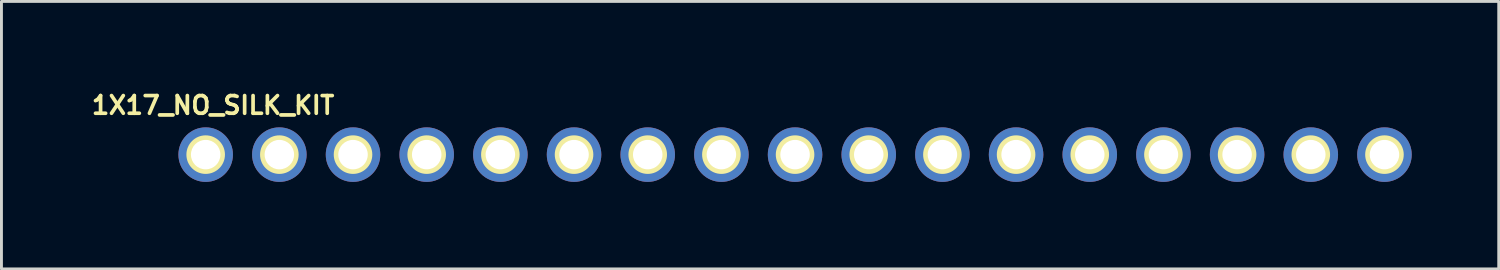
<source format=kicad_pcb>
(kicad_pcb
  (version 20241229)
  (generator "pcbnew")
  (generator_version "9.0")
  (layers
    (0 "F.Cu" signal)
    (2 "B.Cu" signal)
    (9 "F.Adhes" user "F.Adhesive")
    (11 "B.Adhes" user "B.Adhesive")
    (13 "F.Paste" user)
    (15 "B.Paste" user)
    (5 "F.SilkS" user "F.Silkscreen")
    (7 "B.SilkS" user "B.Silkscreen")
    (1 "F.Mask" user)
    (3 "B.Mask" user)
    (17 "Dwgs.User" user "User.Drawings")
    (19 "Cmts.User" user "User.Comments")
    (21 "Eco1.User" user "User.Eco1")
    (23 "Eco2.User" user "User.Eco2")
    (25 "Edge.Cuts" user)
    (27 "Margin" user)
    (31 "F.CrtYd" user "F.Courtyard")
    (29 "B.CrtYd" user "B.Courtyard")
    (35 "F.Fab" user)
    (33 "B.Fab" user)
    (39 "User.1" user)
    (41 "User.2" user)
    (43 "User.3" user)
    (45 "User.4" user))
  (footprint "1X17_NO_SILK_KIT"
    (layer "F.Cu")
    (at 4.041 2.281)
    (property "Reference" "1X17_NO_SILK_KIT" (at 0.254 -1.702 0) (layer "F.SilkS") (effects (font (size 0.61 0.61) (thickness 0.127))))
    (attr exclude_from_pos_files exclude_from_bom)
    (fp_circle (center 0 0) (end -0.47 0.47) (stroke (width 0) (type solid)) (fill yes) (layer "F.SilkS"))
    (fp_circle (center 0 0) (end -0.254 0.254) (stroke (width 0) (type solid)) (fill yes) (layer "F.SilkS"))
    (fp_circle (center 2.54 0) (end 2.794 0.254) (stroke (width 0) (type solid)) (fill yes) (layer "F.SilkS"))
    (fp_circle (center 2.54 0) (end 3.01 0.47) (stroke (width 0) (type solid)) (fill yes) (layer "F.SilkS"))
    (fp_circle (center 5.08 0) (end 5.334 0.254) (stroke (width 0) (type solid)) (fill yes) (layer "F.SilkS"))
    (fp_circle (center 5.08 0) (end 5.55 0.47) (stroke (width 0) (type solid)) (fill yes) (layer "F.SilkS"))
    (fp_circle (center 7.62 0) (end 7.874 0.254) (stroke (width 0) (type solid)) (fill yes) (layer "F.SilkS"))
    (fp_circle (center 7.62 0) (end 8.09 0.47) (stroke (width 0) (type solid)) (fill yes) (layer "F.SilkS"))
    (fp_circle (center 10.16 0) (end 10.414 0.254) (stroke (width 0) (type solid)) (fill yes) (layer "F.SilkS"))
    (fp_circle (center 10.16 0) (end 10.63 0.47) (stroke (width 0) (type solid)) (fill yes) (layer "F.SilkS"))
    (fp_circle (center 12.7 0) (end 12.954 0.254) (stroke (width 0) (type solid)) (fill yes) (layer "F.SilkS"))
    (fp_circle (center 12.7 0) (end 13.17 0.47) (stroke (width 0) (type solid)) (fill yes) (layer "F.SilkS"))
    (fp_circle (center 15.24 0) (end 15.494 0.254) (stroke (width 0) (type solid)) (fill yes) (layer "F.SilkS"))
    (fp_circle (center 15.24 0) (end 15.71 0.47) (stroke (width 0) (type solid)) (fill yes) (layer "F.SilkS"))
    (fp_circle (center 17.78 0) (end 18.034 0.254) (stroke (width 0) (type solid)) (fill yes) (layer "F.SilkS"))
    (fp_circle (center 17.78 0) (end 18.25 0.47) (stroke (width 0) (type solid)) (fill yes) (layer "F.SilkS"))
    (fp_circle (center 20.32 0) (end 20.574 0.254) (stroke (width 0) (type solid)) (fill yes) (layer "F.SilkS"))
    (fp_circle (center 20.32 0) (end 20.79 0.47) (stroke (width 0) (type solid)) (fill yes) (layer "F.SilkS"))
    (fp_circle (center 22.86 0) (end 23.114 0.254) (stroke (width 0) (type solid)) (fill yes) (layer "F.SilkS"))
    (fp_circle (center 22.86 0) (end 23.33 0.47) (stroke (width 0) (type solid)) (fill yes) (layer "F.SilkS"))
    (fp_circle (center 25.4 0) (end 25.654 0.254) (stroke (width 0) (type solid)) (fill yes) (layer "F.SilkS"))
    (fp_circle (center 25.4 0) (end 25.87 0.47) (stroke (width 0) (type solid)) (fill yes) (layer "F.SilkS"))
    (fp_circle (center 27.94 0) (end 28.194 0.254) (stroke (width 0) (type solid)) (fill yes) (layer "F.SilkS"))
    (fp_circle (center 27.94 0) (end 28.41 0.47) (stroke (width 0) (type solid)) (fill yes) (layer "F.SilkS"))
    (fp_circle (center 30.48 0) (end 30.734 0.254) (stroke (width 0) (type solid)) (fill yes) (layer "F.SilkS"))
    (fp_circle (center 30.48 0) (end 30.95 0.47) (stroke (width 0) (type solid)) (fill yes) (layer "F.SilkS"))
    (fp_circle (center 33.02 0) (end 33.274 0.254) (stroke (width 0) (type solid)) (fill yes) (layer "F.SilkS"))
    (fp_circle (center 33.02 0) (end 33.49 0.47) (stroke (width 0) (type solid)) (fill yes) (layer "F.SilkS"))
    (fp_circle (center 35.56 0) (end 35.814 0.254) (stroke (width 0) (type solid)) (fill yes) (layer "F.SilkS"))
    (fp_circle (center 35.56 0) (end 36.03 0.47) (stroke (width 0) (type solid)) (fill yes) (layer "F.SilkS"))
    (fp_circle (center 38.1 0) (end 38.354 0.254) (stroke (width 0) (type solid)) (fill yes) (layer "F.SilkS"))
    (fp_circle (center 38.1 0) (end 38.57 0.47) (stroke (width 0) (type solid)) (fill yes) (layer "F.SilkS"))
    (fp_circle (center 40.64 0) (end 40.894 0.254) (stroke (width 0) (type solid)) (fill yes) (layer "F.SilkS"))
    (fp_circle (center 40.64 0) (end 41.11 0.47) (stroke (width 0) (type solid)) (fill yes) (layer "F.SilkS"))
    (pad "1" thru_hole circle (at 0 0) (size 1.88 1.88) (drill 1.016) (layers "*.Cu" "*.Paste" "*.Mask"))
    (pad "2" thru_hole circle (at 2.54 0) (size 1.88 1.88) (drill 1.016) (layers "*.Cu" "*.Paste" "*.Mask"))
    (pad "3" thru_hole circle (at 5.08 0) (size 1.88 1.88) (drill 1.016) (layers "*.Cu" "*.Paste" "*.Mask"))
    (pad "4" thru_hole circle (at 7.62 0) (size 1.88 1.88) (drill 1.016) (layers "*.Cu" "*.Paste" "*.Mask"))
    (pad "5" thru_hole circle (at 10.16 0) (size 1.88 1.88) (drill 1.016) (layers "*.Cu" "*.Paste" "*.Mask"))
    (pad "6" thru_hole circle (at 12.7 0) (size 1.88 1.88) (drill 1.016) (layers "*.Cu" "*.Paste" "*.Mask"))
    (pad "7" thru_hole circle (at 15.24 0) (size 1.88 1.88) (drill 1.016) (layers "*.Cu" "*.Paste" "*.Mask"))
    (pad "8" thru_hole circle (at 17.78 0) (size 1.88 1.88) (drill 1.016) (layers "*.Cu" "*.Paste" "*.Mask"))
    (pad "9" thru_hole circle (at 20.32 0) (size 1.88 1.88) (drill 1.016) (layers "*.Cu" "*.Paste" "*.Mask"))
    (pad "10" thru_hole circle (at 22.86 0) (size 1.88 1.88) (drill 1.016) (layers "*.Cu" "*.Paste" "*.Mask"))
    (pad "11" thru_hole circle (at 25.4 0) (size 1.88 1.88) (drill 1.016) (layers "*.Cu" "*.Paste" "*.Mask"))
    (pad "12" thru_hole circle (at 27.94 0) (size 1.88 1.88) (drill 1.016) (layers "*.Cu" "*.Paste" "*.Mask"))
    (pad "13" thru_hole circle (at 30.48 0) (size 1.88 1.88) (drill 1.016) (layers "*.Cu" "*.Paste" "*.Mask"))
    (pad "14" thru_hole circle (at 33.02 0) (size 1.88 1.88) (drill 1.016) (layers "*.Cu" "*.Paste" "*.Mask"))
    (pad "15" thru_hole circle (at 35.56 0) (size 1.88 1.88) (drill 1.016) (layers "*.Cu" "*.Paste" "*.Mask"))
    (pad "16" thru_hole circle (at 38.1 0) (size 1.88 1.88) (drill 1.016) (layers "*.Cu" "*.Paste" "*.Mask"))
    (pad "17" thru_hole circle (at 40.64 0) (size 1.88 1.88) (drill 1.016) (layers "*.Cu" "*.Paste" "*.Mask")))
  (gr_rect
    (start -3 -3)
    (end 48.621 6.221)
    (stroke (width 0.1) (type default))
    (fill no)
    (layer "Edge.Cuts")))
</source>
